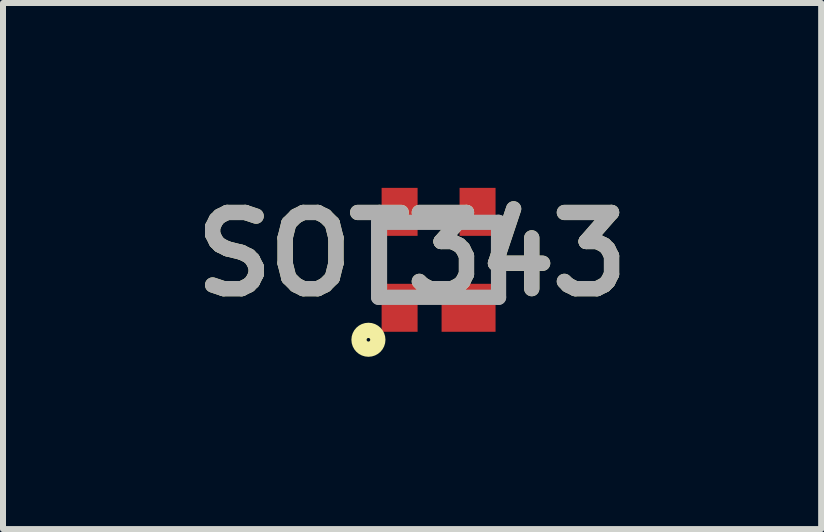
<source format=kicad_pcb>
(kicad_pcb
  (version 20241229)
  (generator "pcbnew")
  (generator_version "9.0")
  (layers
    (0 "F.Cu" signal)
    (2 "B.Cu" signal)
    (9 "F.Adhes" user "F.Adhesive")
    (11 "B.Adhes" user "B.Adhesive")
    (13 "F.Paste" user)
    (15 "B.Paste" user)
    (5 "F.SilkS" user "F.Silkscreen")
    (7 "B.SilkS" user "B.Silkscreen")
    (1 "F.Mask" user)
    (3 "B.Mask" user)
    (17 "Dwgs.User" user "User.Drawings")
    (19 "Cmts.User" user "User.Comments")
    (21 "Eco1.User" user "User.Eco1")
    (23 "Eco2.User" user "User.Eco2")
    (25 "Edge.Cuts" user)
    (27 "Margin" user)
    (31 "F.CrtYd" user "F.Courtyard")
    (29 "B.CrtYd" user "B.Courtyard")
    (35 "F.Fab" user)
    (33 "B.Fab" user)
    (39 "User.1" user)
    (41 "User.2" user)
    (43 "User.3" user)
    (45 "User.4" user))
  (footprint "SOT343"
    (layer "F.Cu")
    (at 4.264 1.283)
    (property "Reference" "SOT343" (at -0.442 -0.094 0) (layer "F.SilkS") (effects (font (size 1.27 1.27) (thickness 0.254))))
    (attr smd)
    (fp_line (start -1 -0.15) (end -1 0.15) (stroke (width 0.254) (type solid)) (layer "F.SilkS"))
    (fp_line (start 1 -0.15) (end 1 0.15) (stroke (width 0.254) (type solid)) (layer "F.SilkS"))
    (fp_circle (center -1.17 1.333) (end -1.17 1.363) (stroke (width 0.254) (type solid)) (fill no) (layer "F.SilkS"))
    (fp_line (start -1 -0.625) (end 1 -0.625) (stroke (width 0.254) (type solid)) (layer "F.Fab"))
    (fp_line (start -1 0.625) (end -1 -0.625) (stroke (width 0.254) (type solid)) (layer "F.Fab"))
    (fp_line (start 1 -0.625) (end 1 0.625) (stroke (width 0.254) (type solid)) (layer "F.Fab"))
    (fp_line (start 1 0.625) (end -1 0.625) (stroke (width 0.254) (type solid)) (layer "F.Fab"))
    (fp_text user "${REFERENCE}" (at -0.442 -0.094 0) (layer "F.Fab") (effects (font (size 1.27 1.27) (thickness 0.254))))
    (pad "1" smd rect (at -0.65 0.8) (size 0.6 0.8) (layers "F.Cu" "F.Mask" "F.Paste"))
    (pad "2" smd rect (at 0.5 0.8 90) (size 0.8 0.9) (layers "F.Cu" "F.Mask" "F.Paste"))
    (pad "3" smd rect (at 0.65 -0.8) (size 0.6 0.8) (layers "F.Cu" "F.Mask" "F.Paste"))
    (pad "4" smd rect (at -0.65 -0.8) (size 0.6 0.8) (layers "F.Cu" "F.Mask" "F.Paste")))
  (gr_rect
    (start -3 -3)
    (end 10.644 5.773)
    (stroke (width 0.1) (type default))
    (fill no)
    (layer "Edge.Cuts")))
</source>
